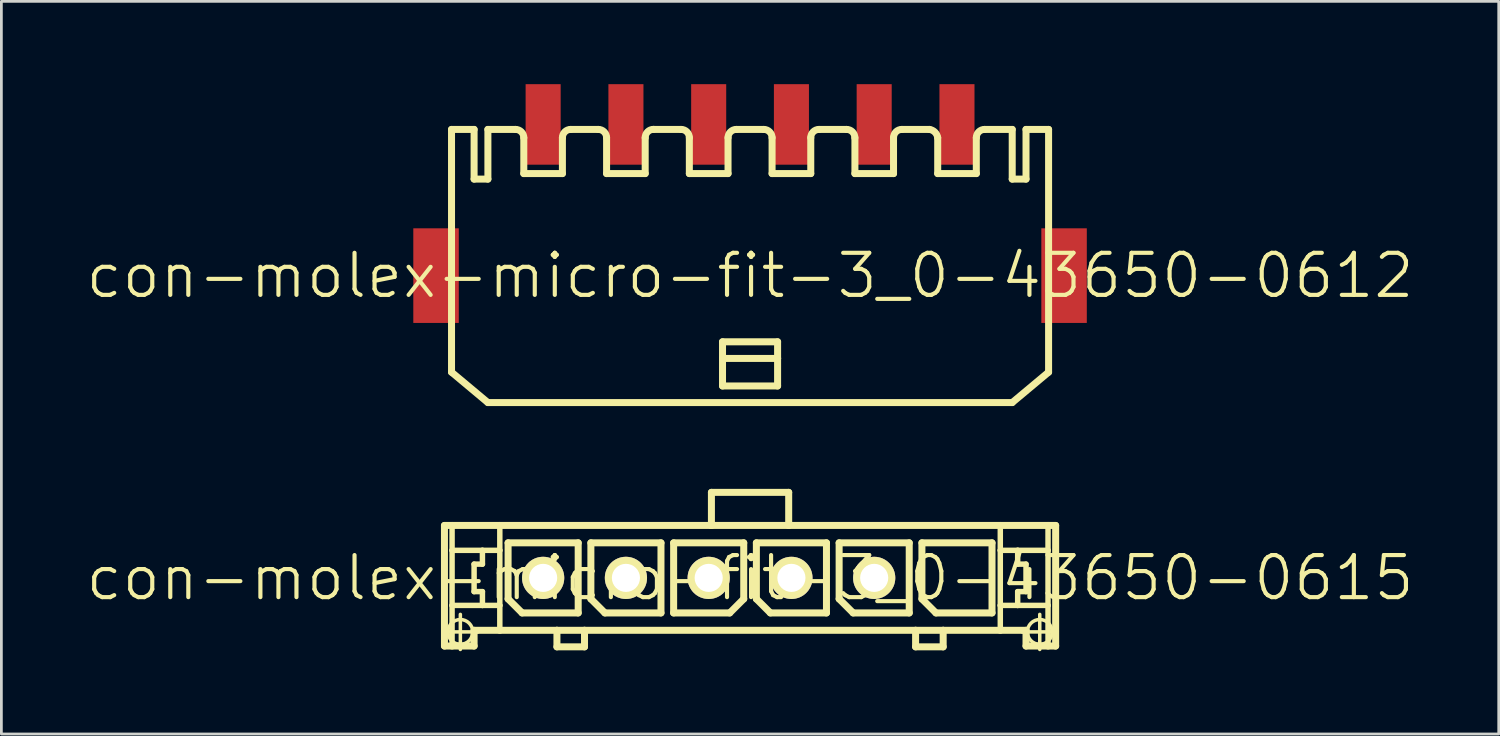
<source format=kicad_pcb>
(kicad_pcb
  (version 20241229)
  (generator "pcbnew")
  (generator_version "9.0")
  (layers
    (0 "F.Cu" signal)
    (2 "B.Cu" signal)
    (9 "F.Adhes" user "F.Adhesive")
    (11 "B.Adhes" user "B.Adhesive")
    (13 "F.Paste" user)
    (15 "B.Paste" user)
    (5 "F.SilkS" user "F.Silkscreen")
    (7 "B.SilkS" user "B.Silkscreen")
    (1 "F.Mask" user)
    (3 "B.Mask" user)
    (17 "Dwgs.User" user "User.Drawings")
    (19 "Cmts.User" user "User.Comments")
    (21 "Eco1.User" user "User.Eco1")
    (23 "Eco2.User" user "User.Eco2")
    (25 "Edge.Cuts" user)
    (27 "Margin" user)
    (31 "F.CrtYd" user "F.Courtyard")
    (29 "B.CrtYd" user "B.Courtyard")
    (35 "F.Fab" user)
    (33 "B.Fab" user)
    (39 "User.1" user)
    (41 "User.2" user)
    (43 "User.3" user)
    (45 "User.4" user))
  (footprint "con-molex-micro-fit-3_0-43650-0615"
    (layer "F.Cu")
    (at 24.13 17.891)
    (property "Reference" "con-molex-micro-fit-3_0-43650-0615" (at 0 0 0) (layer "F.SilkS") (effects (font (size 1.524 1.524) (thickness 0.15))))
    (attr exclude_from_pos_files exclude_from_bom)
    (fp_line (start -11.133 1.958) (end -9.863 1.958) (stroke (width 0.127) (type solid)) (layer "F.SilkS"))
    (fp_line (start -11.074 -1.9) (end -10.798 -1.9) (stroke (width 0.254) (type solid)) (layer "F.SilkS"))
    (fp_line (start -11.074 2.469) (end -11.074 -1.9) (stroke (width 0.254) (type solid)) (layer "F.SilkS"))
    (fp_line (start -10.798 -1.9) (end -9.068 -1.9) (stroke (width 0.254) (type solid)) (layer "F.SilkS"))
    (fp_line (start -10.798 -0.998) (end -10.798 -1.9) (stroke (width 0.198) (type solid)) (layer "F.SilkS"))
    (fp_line (start -10.798 0.998) (end -10.798 -0.998) (stroke (width 0.198) (type solid)) (layer "F.SilkS"))
    (fp_line (start -10.798 2.469) (end -11.074 2.469) (stroke (width 0.254) (type solid)) (layer "F.SilkS"))
    (fp_line (start -10.798 2.469) (end -10.798 0.998) (stroke (width 0.198) (type solid)) (layer "F.SilkS"))
    (fp_line (start -10.498 2.593) (end -10.498 1.323) (stroke (width 0.127) (type solid)) (layer "F.SilkS"))
    (fp_line (start -10 -0.498) (end -10 0.498) (stroke (width 0.198) (type solid)) (layer "F.SilkS"))
    (fp_line (start -10 0.498) (end -9.698 0.498) (stroke (width 0.198) (type solid)) (layer "F.SilkS"))
    (fp_line (start -10 1.9) (end -10 2.469) (stroke (width 0.254) (type solid)) (layer "F.SilkS"))
    (fp_line (start -10 2.469) (end -10.798 2.469) (stroke (width 0.254) (type solid)) (layer "F.SilkS"))
    (fp_line (start -9.698 -0.998) (end -10.798 -0.998) (stroke (width 0.198) (type solid)) (layer "F.SilkS"))
    (fp_line (start -9.698 -0.998) (end -9.698 -0.498) (stroke (width 0.198) (type solid)) (layer "F.SilkS"))
    (fp_line (start -9.698 -0.498) (end -10 -0.498) (stroke (width 0.198) (type solid)) (layer "F.SilkS"))
    (fp_line (start -9.698 0.498) (end -9.698 0.998) (stroke (width 0.198) (type solid)) (layer "F.SilkS"))
    (fp_line (start -9.698 0.998) (end -10.798 0.998) (stroke (width 0.198) (type solid)) (layer "F.SilkS"))
    (fp_line (start -9.068 -1.9) (end -1.4 -1.9) (stroke (width 0.254) (type solid)) (layer "F.SilkS"))
    (fp_line (start -9.068 -0.998) (end -9.698 -0.998) (stroke (width 0.198) (type solid)) (layer "F.SilkS"))
    (fp_line (start -9.068 -0.998) (end -9.068 -1.9) (stroke (width 0.198) (type solid)) (layer "F.SilkS"))
    (fp_line (start -9.068 0.998) (end -9.698 0.998) (stroke (width 0.198) (type solid)) (layer "F.SilkS"))
    (fp_line (start -9.068 0.998) (end -9.068 -0.998) (stroke (width 0.198) (type solid)) (layer "F.SilkS"))
    (fp_line (start -9.068 1.9) (end -10 1.9) (stroke (width 0.254) (type solid)) (layer "F.SilkS"))
    (fp_line (start -9.068 1.9) (end -9.068 0.998) (stroke (width 0.198) (type solid)) (layer "F.SilkS"))
    (fp_line (start -8.768 -1.27) (end -6.228 -1.27) (stroke (width 0.254) (type solid)) (layer "F.SilkS"))
    (fp_line (start -8.768 0.762) (end -8.768 -1.27) (stroke (width 0.254) (type solid)) (layer "F.SilkS"))
    (fp_line (start -8.26 1.27) (end -8.768 0.762) (stroke (width 0.254) (type solid)) (layer "F.SilkS"))
    (fp_line (start -6.998 1.9) (end -9.068 1.9) (stroke (width 0.254) (type solid)) (layer "F.SilkS"))
    (fp_line (start -6.998 1.9) (end -6.998 2.499) (stroke (width 0.254) (type solid)) (layer "F.SilkS"))
    (fp_line (start -6.998 2.499) (end -5.999 2.499) (stroke (width 0.254) (type solid)) (layer "F.SilkS"))
    (fp_line (start -6.228 -1.27) (end -6.228 1.27) (stroke (width 0.254) (type solid)) (layer "F.SilkS"))
    (fp_line (start -6.228 1.27) (end -8.26 1.27) (stroke (width 0.254) (type solid)) (layer "F.SilkS"))
    (fp_line (start -5.999 1.9) (end -6.998 1.9) (stroke (width 0.254) (type solid)) (layer "F.SilkS"))
    (fp_line (start -5.999 2.499) (end -5.999 1.9) (stroke (width 0.254) (type solid)) (layer "F.SilkS"))
    (fp_line (start -5.768 -1.27) (end -3.228 -1.27) (stroke (width 0.254) (type solid)) (layer "F.SilkS"))
    (fp_line (start -5.768 0.762) (end -5.768 -1.27) (stroke (width 0.254) (type solid)) (layer "F.SilkS"))
    (fp_line (start -5.26 1.27) (end -5.768 0.762) (stroke (width 0.254) (type solid)) (layer "F.SilkS"))
    (fp_line (start -3.228 -1.27) (end -3.228 1.27) (stroke (width 0.254) (type solid)) (layer "F.SilkS"))
    (fp_line (start -3.228 1.27) (end -5.26 1.27) (stroke (width 0.254) (type solid)) (layer "F.SilkS"))
    (fp_line (start -2.769 -1.27) (end -0.229 -1.27) (stroke (width 0.254) (type solid)) (layer "F.SilkS"))
    (fp_line (start -2.769 1.27) (end -2.769 -1.27) (stroke (width 0.254) (type solid)) (layer "F.SilkS"))
    (fp_line (start -1.4 -3.099) (end -1.4 -1.9) (stroke (width 0.254) (type solid)) (layer "F.SilkS"))
    (fp_line (start -1.4 -3.099) (end 1.4 -3.099) (stroke (width 0.254) (type solid)) (layer "F.SilkS"))
    (fp_line (start -1.4 -1.9) (end 1.4 -1.9) (stroke (width 0.254) (type solid)) (layer "F.SilkS"))
    (fp_line (start -0.737 1.27) (end -2.769 1.27) (stroke (width 0.254) (type solid)) (layer "F.SilkS"))
    (fp_line (start -0.229 -1.27) (end -0.229 0.762) (stroke (width 0.254) (type solid)) (layer "F.SilkS"))
    (fp_line (start -0.229 0.762) (end -0.737 1.27) (stroke (width 0.254) (type solid)) (layer "F.SilkS"))
    (fp_line (start 0.229 -1.27) (end 2.769 -1.27) (stroke (width 0.254) (type solid)) (layer "F.SilkS"))
    (fp_line (start 0.229 0.762) (end 0.229 -1.27) (stroke (width 0.254) (type solid)) (layer "F.SilkS"))
    (fp_line (start 0.737 1.27) (end 0.229 0.762) (stroke (width 0.254) (type solid)) (layer "F.SilkS"))
    (fp_line (start 1.4 -3.099) (end 1.4 -1.9) (stroke (width 0.254) (type solid)) (layer "F.SilkS"))
    (fp_line (start 1.4 -1.9) (end 9.068 -1.9) (stroke (width 0.254) (type solid)) (layer "F.SilkS"))
    (fp_line (start 2.769 -1.27) (end 2.769 1.27) (stroke (width 0.254) (type solid)) (layer "F.SilkS"))
    (fp_line (start 2.769 1.27) (end 0.737 1.27) (stroke (width 0.254) (type solid)) (layer "F.SilkS"))
    (fp_line (start 3.228 -1.27) (end 5.768 -1.27) (stroke (width 0.254) (type solid)) (layer "F.SilkS"))
    (fp_line (start 3.228 0.762) (end 3.228 -1.27) (stroke (width 0.254) (type solid)) (layer "F.SilkS"))
    (fp_line (start 3.736 1.27) (end 3.228 0.762) (stroke (width 0.254) (type solid)) (layer "F.SilkS"))
    (fp_line (start 5.768 -1.27) (end 5.768 1.27) (stroke (width 0.254) (type solid)) (layer "F.SilkS"))
    (fp_line (start 5.768 1.27) (end 3.736 1.27) (stroke (width 0.254) (type solid)) (layer "F.SilkS"))
    (fp_line (start 5.999 1.9) (end -5.999 1.9) (stroke (width 0.254) (type solid)) (layer "F.SilkS"))
    (fp_line (start 5.999 1.9) (end 5.999 2.499) (stroke (width 0.254) (type solid)) (layer "F.SilkS"))
    (fp_line (start 5.999 2.499) (end 6.998 2.499) (stroke (width 0.254) (type solid)) (layer "F.SilkS"))
    (fp_line (start 6.228 -1.27) (end 8.768 -1.27) (stroke (width 0.254) (type solid)) (layer "F.SilkS"))
    (fp_line (start 6.228 0.762) (end 6.228 -1.27) (stroke (width 0.254) (type solid)) (layer "F.SilkS"))
    (fp_line (start 6.736 1.27) (end 6.228 0.762) (stroke (width 0.254) (type solid)) (layer "F.SilkS"))
    (fp_line (start 6.998 1.9) (end 5.999 1.9) (stroke (width 0.254) (type solid)) (layer "F.SilkS"))
    (fp_line (start 6.998 2.499) (end 6.998 1.9) (stroke (width 0.254) (type solid)) (layer "F.SilkS"))
    (fp_line (start 8.768 -1.27) (end 8.768 1.27) (stroke (width 0.254) (type solid)) (layer "F.SilkS"))
    (fp_line (start 8.768 1.27) (end 6.736 1.27) (stroke (width 0.254) (type solid)) (layer "F.SilkS"))
    (fp_line (start 9.068 -1.9) (end 9.068 -0.998) (stroke (width 0.198) (type solid)) (layer "F.SilkS"))
    (fp_line (start 9.068 -1.9) (end 10.798 -1.9) (stroke (width 0.254) (type solid)) (layer "F.SilkS"))
    (fp_line (start 9.068 -0.998) (end 9.068 0.998) (stroke (width 0.198) (type solid)) (layer "F.SilkS"))
    (fp_line (start 9.068 -0.998) (end 9.698 -0.998) (stroke (width 0.198) (type solid)) (layer "F.SilkS"))
    (fp_line (start 9.068 0.998) (end 9.068 1.9) (stroke (width 0.198) (type solid)) (layer "F.SilkS"))
    (fp_line (start 9.068 0.998) (end 9.698 0.998) (stroke (width 0.198) (type solid)) (layer "F.SilkS"))
    (fp_line (start 9.068 1.9) (end 6.998 1.9) (stroke (width 0.254) (type solid)) (layer "F.SilkS"))
    (fp_line (start 9.698 -0.998) (end 9.698 -0.498) (stroke (width 0.198) (type solid)) (layer "F.SilkS"))
    (fp_line (start 9.698 -0.998) (end 10.798 -0.998) (stroke (width 0.198) (type solid)) (layer "F.SilkS"))
    (fp_line (start 9.698 -0.498) (end 10 -0.498) (stroke (width 0.198) (type solid)) (layer "F.SilkS"))
    (fp_line (start 9.698 0.498) (end 9.698 0.998) (stroke (width 0.198) (type solid)) (layer "F.SilkS"))
    (fp_line (start 9.698 0.998) (end 10.798 0.998) (stroke (width 0.198) (type solid)) (layer "F.SilkS"))
    (fp_line (start 9.863 1.958) (end 11.133 1.958) (stroke (width 0.127) (type solid)) (layer "F.SilkS"))
    (fp_line (start 10 -0.498) (end 10 0.498) (stroke (width 0.198) (type solid)) (layer "F.SilkS"))
    (fp_line (start 10 0.498) (end 9.698 0.498) (stroke (width 0.198) (type solid)) (layer "F.SilkS"))
    (fp_line (start 10 1.9) (end 9.068 1.9) (stroke (width 0.254) (type solid)) (layer "F.SilkS"))
    (fp_line (start 10 2.469) (end 10 1.9) (stroke (width 0.254) (type solid)) (layer "F.SilkS"))
    (fp_line (start 10 2.469) (end 10.798 2.469) (stroke (width 0.254) (type solid)) (layer "F.SilkS"))
    (fp_line (start 10.498 2.593) (end 10.498 1.323) (stroke (width 0.127) (type solid)) (layer "F.SilkS"))
    (fp_line (start 10.798 -1.9) (end 11.074 -1.9) (stroke (width 0.254) (type solid)) (layer "F.SilkS"))
    (fp_line (start 10.798 -0.998) (end 10.798 -1.9) (stroke (width 0.198) (type solid)) (layer "F.SilkS"))
    (fp_line (start 10.798 0.998) (end 10.798 -0.998) (stroke (width 0.198) (type solid)) (layer "F.SilkS"))
    (fp_line (start 10.798 2.469) (end 10.798 0.998) (stroke (width 0.198) (type solid)) (layer "F.SilkS"))
    (fp_line (start 10.798 2.469) (end 11.074 2.469) (stroke (width 0.254) (type solid)) (layer "F.SilkS"))
    (fp_line (start 11.074 -1.9) (end 11.074 2.469) (stroke (width 0.254) (type solid)) (layer "F.SilkS"))
    (fp_circle (center -10.498 1.958) (end -10.815 2.276) (stroke (width 0.127) (type solid)) (fill no) (layer "F.SilkS"))
    (fp_circle (center 10.498 1.958) (end 10.815 2.276) (stroke (width 0.127) (type solid)) (fill no) (layer "F.SilkS"))
    (pad "P$1" thru_hole rect (at 7.498 0) (size 0.001 0.001) (drill 1.019) (layers "*.Cu" "F.Mask" "F.SilkS" "F.Paste"))
    (pad "P$2" thru_hole circle (at 4.498 0) (size 1.529 1.529) (drill 1.019) (layers "*.Cu" "F.Mask" "F.SilkS" "F.Paste"))
    (pad "P$3" thru_hole circle (at 1.499 0) (size 1.529 1.529) (drill 1.019) (layers "*.Cu" "F.Mask" "F.SilkS" "F.Paste"))
    (pad "P$4" thru_hole circle (at -1.499 0) (size 1.529 1.529) (drill 1.019) (layers "*.Cu" "F.Mask" "F.SilkS" "F.Paste"))
    (pad "P$5" thru_hole circle (at -4.498 0) (size 1.529 1.529) (drill 1.019) (layers "*.Cu" "F.Mask" "F.SilkS" "F.Paste"))
    (pad "P$6" thru_hole circle (at -7.498 0) (size 1.529 1.529) (drill 1.019) (layers "*.Cu" "F.Mask" "F.SilkS" "F.Paste")))
  (footprint "con-molex-micro-fit-3_0-43650-0612"
    (layer "F.Cu")
    (at 24.13 6.938)
    (property "Reference" "con-molex-micro-fit-3_0-43650-0612" (at 0 0 0) (layer "F.SilkS") (effects (font (size 1.524 1.524) (thickness 0.15))))
    (attr smd)
    (fp_line (start -10.818 -5.298) (end -10 -5.298) (stroke (width 0.254) (type solid)) (layer "F.SilkS"))
    (fp_line (start -10.818 3.498) (end -10.818 -5.298) (stroke (width 0.254) (type solid)) (layer "F.SilkS"))
    (fp_line (start -10.818 3.498) (end -9.5 4.6) (stroke (width 0.254) (type solid)) (layer "F.SilkS"))
    (fp_line (start -10 -5.298) (end -10 -3.498) (stroke (width 0.254) (type solid)) (layer "F.SilkS"))
    (fp_line (start -10 -3.498) (end -9.5 -3.498) (stroke (width 0.254) (type solid)) (layer "F.SilkS"))
    (fp_line (start -9.5 -5.298) (end -8.499 -5.298) (stroke (width 0.254) (type solid)) (layer "F.SilkS"))
    (fp_line (start -9.5 -3.498) (end -9.5 -5.298) (stroke (width 0.254) (type solid)) (layer "F.SilkS"))
    (fp_line (start -8.199 -3.698) (end -8.199 -4.999) (stroke (width 0.254) (type solid)) (layer "F.SilkS"))
    (fp_line (start -8.199 -3.698) (end -6.8 -3.698) (stroke (width 0.254) (type solid)) (layer "F.SilkS"))
    (fp_line (start -6.8 -3.698) (end -6.8 -4.999) (stroke (width 0.254) (type solid)) (layer "F.SilkS"))
    (fp_line (start -6.5 -5.298) (end -5.499 -5.298) (stroke (width 0.254) (type solid)) (layer "F.SilkS"))
    (fp_line (start -5.199 -3.698) (end -5.199 -4.999) (stroke (width 0.254) (type solid)) (layer "F.SilkS"))
    (fp_line (start -5.199 -3.698) (end -3.8 -3.698) (stroke (width 0.254) (type solid)) (layer "F.SilkS"))
    (fp_line (start -3.8 -3.698) (end -3.8 -4.999) (stroke (width 0.254) (type solid)) (layer "F.SilkS"))
    (fp_line (start -3.498 -5.298) (end -2.499 -5.298) (stroke (width 0.254) (type solid)) (layer "F.SilkS"))
    (fp_line (start -2.2 -3.698) (end -2.2 -4.999) (stroke (width 0.254) (type solid)) (layer "F.SilkS"))
    (fp_line (start -2.2 -3.698) (end -0.798 -3.698) (stroke (width 0.254) (type solid)) (layer "F.SilkS"))
    (fp_line (start -0.998 2.398) (end 0.998 2.398) (stroke (width 0.254) (type solid)) (layer "F.SilkS"))
    (fp_line (start -0.998 3) (end -0.998 2.398) (stroke (width 0.254) (type solid)) (layer "F.SilkS"))
    (fp_line (start -0.998 3) (end 0.998 3) (stroke (width 0.254) (type solid)) (layer "F.SilkS"))
    (fp_line (start -0.998 3.998) (end -0.998 3) (stroke (width 0.254) (type solid)) (layer "F.SilkS"))
    (fp_line (start -0.798 -3.698) (end -0.798 -4.999) (stroke (width 0.254) (type solid)) (layer "F.SilkS"))
    (fp_line (start -0.498 -5.298) (end 0.498 -5.298) (stroke (width 0.254) (type solid)) (layer "F.SilkS"))
    (fp_line (start 0.798 -3.698) (end 0.798 -4.999) (stroke (width 0.254) (type solid)) (layer "F.SilkS"))
    (fp_line (start 0.798 -3.698) (end 2.2 -3.698) (stroke (width 0.254) (type solid)) (layer "F.SilkS"))
    (fp_line (start 0.998 2.398) (end 0.998 3) (stroke (width 0.254) (type solid)) (layer "F.SilkS"))
    (fp_line (start 0.998 3) (end 0.998 3.998) (stroke (width 0.254) (type solid)) (layer "F.SilkS"))
    (fp_line (start 0.998 3.998) (end -0.998 3.998) (stroke (width 0.254) (type solid)) (layer "F.SilkS"))
    (fp_line (start 2.2 -3.698) (end 2.2 -4.999) (stroke (width 0.254) (type solid)) (layer "F.SilkS"))
    (fp_line (start 2.499 -5.298) (end 3.498 -5.298) (stroke (width 0.254) (type solid)) (layer "F.SilkS"))
    (fp_line (start 3.8 -3.698) (end 3.8 -4.999) (stroke (width 0.254) (type solid)) (layer "F.SilkS"))
    (fp_line (start 3.8 -3.698) (end 5.199 -3.698) (stroke (width 0.254) (type solid)) (layer "F.SilkS"))
    (fp_line (start 5.199 -3.698) (end 5.199 -4.999) (stroke (width 0.254) (type solid)) (layer "F.SilkS"))
    (fp_line (start 5.499 -5.298) (end 6.5 -5.298) (stroke (width 0.254) (type solid)) (layer "F.SilkS"))
    (fp_line (start 6.8 -4.999) (end 6.8 -3.698) (stroke (width 0.254) (type solid)) (layer "F.SilkS"))
    (fp_line (start 6.8 -3.698) (end 8.199 -3.698) (stroke (width 0.254) (type solid)) (layer "F.SilkS"))
    (fp_line (start 8.199 -3.698) (end 8.199 -4.999) (stroke (width 0.254) (type solid)) (layer "F.SilkS"))
    (fp_line (start 8.499 -5.298) (end 9.5 -5.298) (stroke (width 0.254) (type solid)) (layer "F.SilkS"))
    (fp_line (start 9.5 -3.498) (end 9.5 -5.298) (stroke (width 0.254) (type solid)) (layer "F.SilkS"))
    (fp_line (start 9.5 4.6) (end -9.5 4.6) (stroke (width 0.254) (type solid)) (layer "F.SilkS"))
    (fp_line (start 10 -5.298) (end 10 -3.498) (stroke (width 0.254) (type solid)) (layer "F.SilkS"))
    (fp_line (start 10 -5.298) (end 10.818 -5.298) (stroke (width 0.254) (type solid)) (layer "F.SilkS"))
    (fp_line (start 10 -3.498) (end 9.5 -3.498) (stroke (width 0.254) (type solid)) (layer "F.SilkS"))
    (fp_line (start 10.818 -5.298) (end 10.818 3.498) (stroke (width 0.254) (type solid)) (layer "F.SilkS"))
    (fp_line (start 10.818 3.498) (end 9.5 4.6) (stroke (width 0.254) (type solid)) (layer "F.SilkS"))
    (fp_arc (start -8.49884 -5.29844) (mid -8.286906 -5.210654) (end -8.19912 -4.99872) (stroke (width 0.254) (type solid)) (layer "F.SilkS"))
    (fp_arc (start -6.79958 -4.99872) (mid -6.711794 -5.210654) (end -6.49986 -5.29844) (stroke (width 0.254) (type solid)) (layer "F.SilkS"))
    (fp_arc (start -5.4991 -5.29844) (mid -5.287166 -5.210654) (end -5.19938 -4.99872) (stroke (width 0.254) (type solid)) (layer "F.SilkS"))
    (fp_arc (start -3.79984 -4.99872) (mid -3.71131 -5.21245) (end -3.49758 -5.30098) (stroke (width 0.254) (type solid)) (layer "F.SilkS"))
    (fp_arc (start -2.49936 -5.29844) (mid -2.287426 -5.210654) (end -2.19964 -4.99872) (stroke (width 0.254) (type solid)) (layer "F.SilkS"))
    (fp_arc (start -0.79756 -4.99872) (mid -0.709774 -5.210654) (end -0.49784 -5.29844) (stroke (width 0.254) (type solid)) (layer "F.SilkS"))
    (fp_arc (start 0.49784 -5.29844) (mid 0.709774 -5.210654) (end 0.79756 -4.99872) (stroke (width 0.254) (type solid)) (layer "F.SilkS"))
    (fp_arc (start 2.19964 -4.99872) (mid 2.287426 -5.210654) (end 2.49936 -5.29844) (stroke (width 0.254) (type solid)) (layer "F.SilkS"))
    (fp_arc (start 3.49758 -5.29844) (mid 3.709514 -5.210654) (end 3.7973 -4.99872) (stroke (width 0.254) (type solid)) (layer "F.SilkS"))
    (fp_arc (start 5.19938 -4.99872) (mid 5.287166 -5.210654) (end 5.4991 -5.29844) (stroke (width 0.254) (type solid)) (layer "F.SilkS"))
    (fp_arc (start 6.49986 -5.29844) (mid 6.699925 -5.197943) (end 6.799749 -4.997541) (stroke (width 0.254) (type solid)) (layer "F.SilkS"))
    (fp_arc (start 8.19912 -4.99872) (mid 8.286906 -5.210654) (end 8.49884 -5.29844) (stroke (width 0.254) (type solid)) (layer "F.SilkS"))
    (pad "P$1" smd rect (at 7.498 -5.479) (size 1.27 2.918) (layers "F.Cu" "F.Mask" "F.Paste"))
    (pad "P$2" smd rect (at 4.498 -5.479) (size 1.27 2.918) (layers "F.Cu" "F.Mask" "F.Paste"))
    (pad "P$3" smd rect (at 1.499 -5.479) (size 1.27 2.918) (layers "F.Cu" "F.Mask" "F.Paste"))
    (pad "P$4" smd rect (at -1.499 -5.479) (size 1.27 2.918) (layers "F.Cu" "F.Mask" "F.Paste"))
    (pad "P$5" smd rect (at -4.498 -5.479) (size 1.27 2.918) (layers "F.Cu" "F.Mask" "F.Paste"))
    (pad "P$6" smd rect (at -7.498 -5.479) (size 1.27 2.918) (layers "F.Cu" "F.Mask" "F.Paste"))
    (pad "TAB1" smd rect (at 11.379 0) (size 1.648 3.429) (layers "F.Cu" "F.Mask" "F.Paste"))
    (pad "TAB2" smd rect (at -11.379 0) (size 1.648 3.429) (layers "F.Cu" "F.Mask" "F.Paste")))
  (gr_rect
    (start -3 -3)
    (end 51.26 23.548)
    (stroke (width 0.1) (type default))
    (fill no)
    (layer "Edge.Cuts")))
</source>
